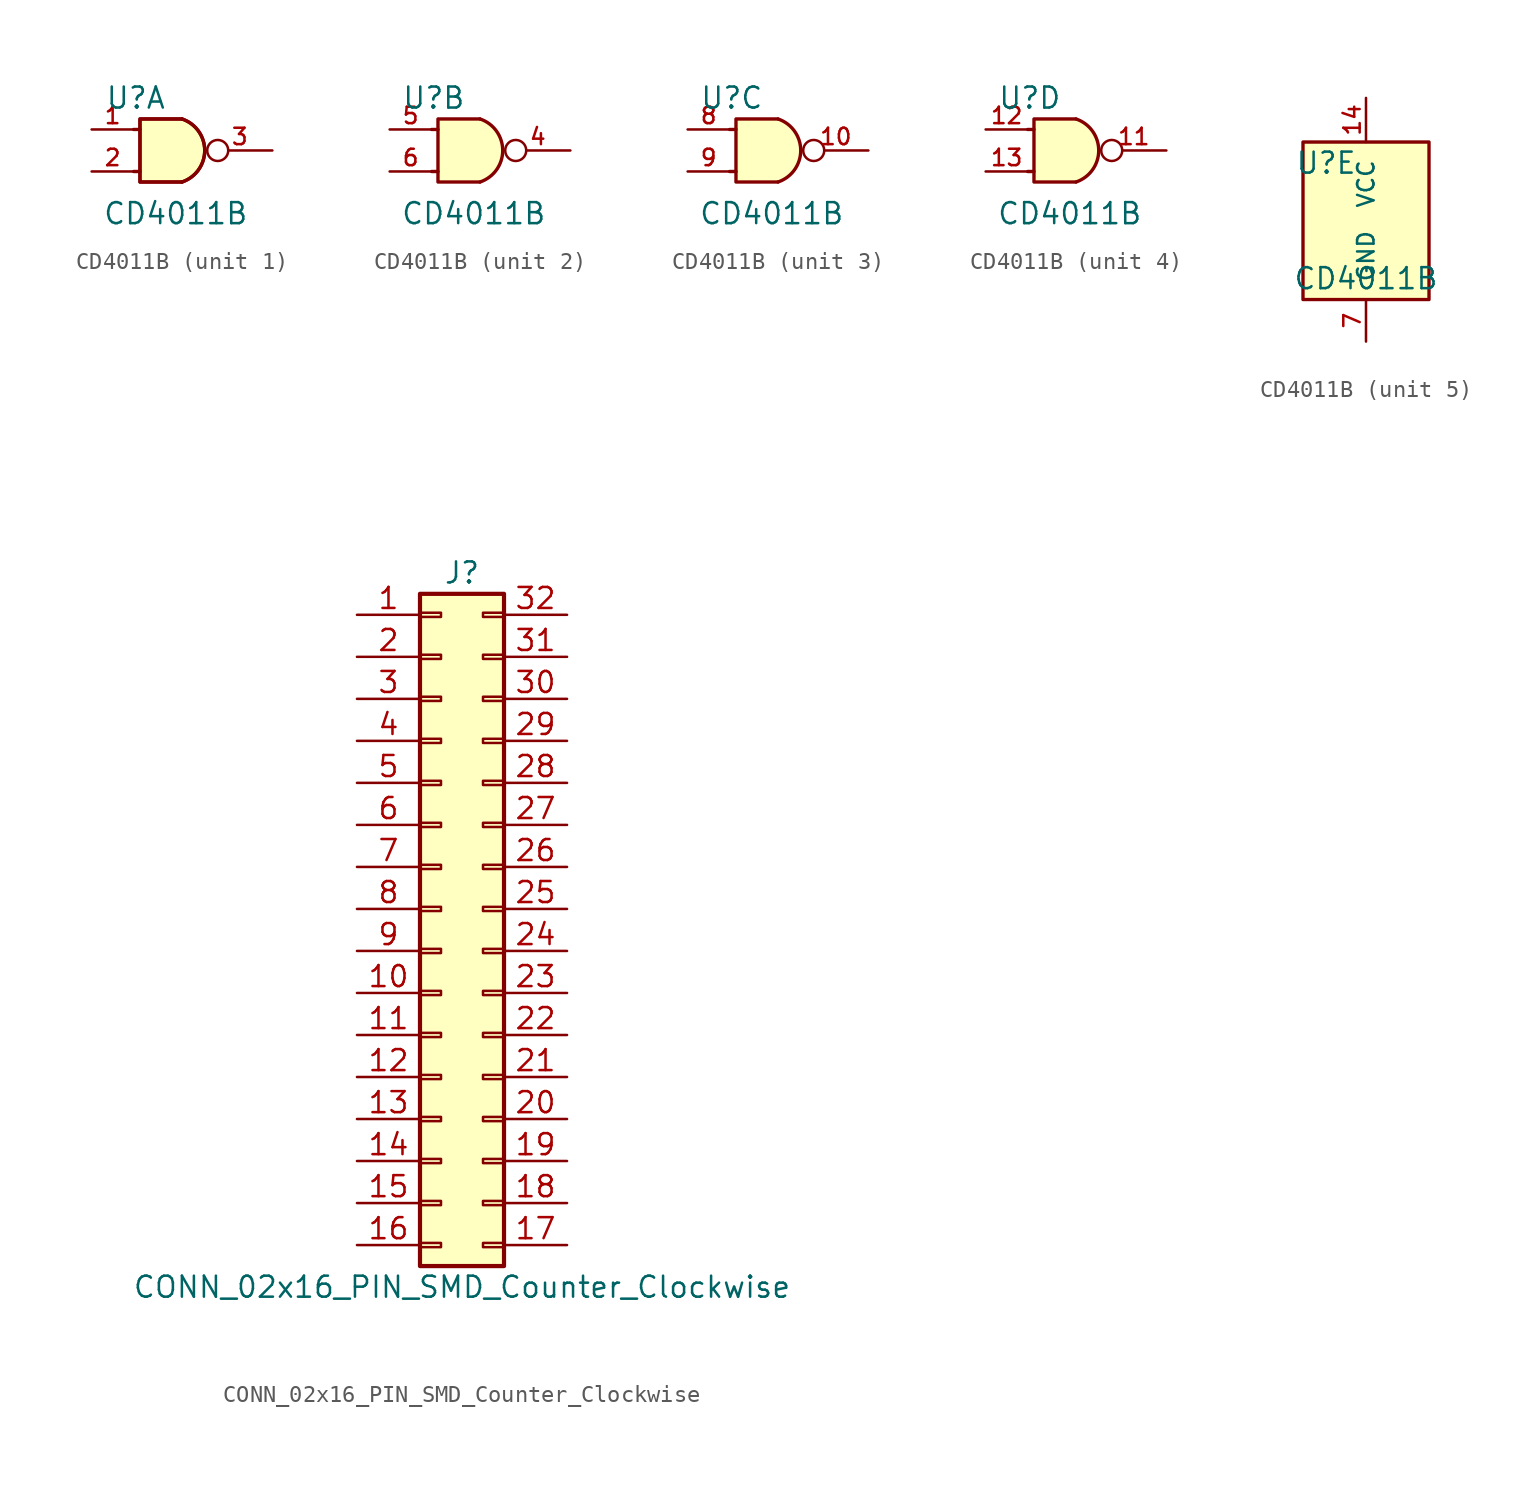
<source format=kicad_sym>
(kicad_symbol_lib
  (version 20241209)
  (generator "kicad_symbol_editor")
  (generator_version "9.0")
  (symbol "CD4011B"
    (pin_names
      (offset 1.016))
    (property "Reference" "U"
      (at -2.413 3.175 0)
      (effects (font (size 1.27 1.27))))
    (property "Value" "CD4011B"
      (at 0 -3.81 0)
      (effects (font (size 1.27 1.27))))
    (property "ki_locked" ""
      (at 0 0 0)
      (effects (font (size 1.27 1.27))))
    (symbol "CD4011B_1_1"
      (polyline (pts (xy -2.54 1.27) (xy -2.159 1.27)) (stroke (width 0.203) (type solid)) (fill (type none)))
      (polyline (pts (xy -2.54 -1.27) (xy -2.159 -1.27)) (stroke (width 0.203) (type solid)) (fill (type none)))
      (arc (start 0.381 1.905) (mid 1.754 0) (end 0.381 -1.905) (stroke (width 0.2032) (type solid)) (fill (type background)))
      (arc (start 0.381 1.905) (mid 1.754 0) (end 0.381 -1.905) (stroke (width 0.2032) (type solid)) (fill (type background)))
      (polyline (pts (xy 0.381 1.905) (xy -2.159 1.905) (xy -2.159 -1.905) (xy 0.381 -1.905)) (stroke (width 0.203) (type solid)) (fill (type background)))
      (polyline (pts (xy 0.381 1.905) (xy -2.159 1.905) (xy -2.159 -1.905) (xy 0.381 -1.905)) (stroke (width 0.203) (type solid)) (fill (type background)))
      (pin input line (at -5.08 1.27 0) (length 2.54) (name "4A" (effects (font (size 0 0)))) (number "1" (effects (font (size 0.991 0.991)))))
      (pin input line (at -5.08 -1.27 0) (length 2.54) (name "4B" (effects (font (size 0 0)))) (number "2" (effects (font (size 0.991 0.991)))))
      (pin output inverted (at 5.842 0 180) (length 3.937) (name "4Y" (effects (font (size 0 0)))) (number "3" (effects (font (size 0.991 0.991))))))
    (symbol "CD4011B_2_1"
      (polyline (pts (xy -2.54 1.27) (xy -2.159 1.27)) (stroke (width 0.203) (type solid)) (fill (type none)))
      (polyline (pts (xy -2.54 -1.27) (xy -2.159 -1.27)) (stroke (width 0.203) (type solid)) (fill (type none)))
      (arc (start 0.381 1.905) (mid 1.754 0) (end 0.381 -1.905) (stroke (width 0.2032) (type solid)) (fill (type background)))
      (polyline (pts (xy 0.381 1.905) (xy -2.159 1.905) (xy -2.159 -1.905) (xy 0.381 -1.905)) (stroke (width 0.203) (type solid)) (fill (type background)))
      (pin input line (at -5.08 1.27 0) (length 2.54) (name "4A" (effects (font (size 0 0)))) (number "5" (effects (font (size 0.991 0.991)))))
      (pin input line (at -5.08 -1.27 0) (length 2.54) (name "4B" (effects (font (size 0 0)))) (number "6" (effects (font (size 0.991 0.991)))))
      (pin output inverted (at 5.842 0 180) (length 3.937) (name "4Y" (effects (font (size 0 0)))) (number "4" (effects (font (size 0.991 0.991))))))
    (symbol "CD4011B_3_1"
      (polyline (pts (xy -2.54 1.27) (xy -2.159 1.27)) (stroke (width 0.203) (type solid)) (fill (type none)))
      (polyline (pts (xy -2.54 -1.27) (xy -2.159 -1.27)) (stroke (width 0.203) (type solid)) (fill (type none)))
      (arc (start 0.381 1.905) (mid 1.754 0) (end 0.381 -1.905) (stroke (width 0.2032) (type solid)) (fill (type background)))
      (polyline (pts (xy 0.381 1.905) (xy -2.159 1.905) (xy -2.159 -1.905) (xy 0.381 -1.905)) (stroke (width 0.203) (type solid)) (fill (type background)))
      (pin input line (at -5.08 1.27 0) (length 2.54) (name "4A" (effects (font (size 0 0)))) (number "8" (effects (font (size 0.991 0.991)))))
      (pin input line (at -5.08 -1.27 0) (length 2.54) (name "4B" (effects (font (size 0 0)))) (number "9" (effects (font (size 0.991 0.991)))))
      (pin output inverted (at 5.842 0 180) (length 3.937) (name "4Y" (effects (font (size 0 0)))) (number "10" (effects (font (size 0.991 0.991))))))
    (symbol "CD4011B_4_1"
      (polyline (pts (xy -2.54 -1.27) (xy -2.159 -1.27)) (stroke (width 0.203) (type solid)) (fill (type none)))
      (polyline (pts (xy -2.159 1.27) (xy -2.54 1.27)) (stroke (width 0.203) (type solid)) (fill (type none)))
      (arc (start 0.381 1.905) (mid 1.754 0) (end 0.381 -1.905) (stroke (width 0.2032) (type solid)) (fill (type background)))
      (polyline (pts (xy 0.381 1.905) (xy -2.159 1.905) (xy -2.159 -1.905) (xy 0.381 -1.905)) (stroke (width 0.203) (type solid)) (fill (type background)))
      (pin input line (at -5.08 1.27 0) (length 2.54) (name "4A" (effects (font (size 0 0)))) (number "12" (effects (font (size 0.991 0.991)))))
      (pin input line (at -5.08 -1.27 0) (length 2.54) (name "4B" (effects (font (size 0 0)))) (number "13" (effects (font (size 0.991 0.991)))))
      (pin output inverted (at 5.842 0 180) (length 3.937) (name "4Y" (effects (font (size 0 0)))) (number "11" (effects (font (size 0.991 0.991))))))
    (symbol "CD4011B_5_1"
      (rectangle (start -3.81 4.445) (end 3.81 -5.08) (stroke (width 0.203) (type solid)) (fill (type background)))
      (pin power_in line (at 0 7.112 270) (length 2.667) (name "VCC" (effects (font (size 0.991 0.991)))) (number "14" (effects (font (size 0.991 0.991)))))
      (pin power_in line (at 0 -7.62 90) (length 2.54) (name "GND" (effects (font (size 0.991 0.991)))) (number "7" (effects (font (size 0.991 0.991)))))))
  (symbol "CONN_02x16_PIN_SMD_Counter_Clockwise"
    (pin_names
      (offset 1.016)
      (hide yes))
    (property "Reference" "J"
      (at 1.27 20.32 0)
      (effects (font (size 1.27 1.27))))
    (property "Value" "CONN_02x16_PIN_SMD_Counter_Clockwise"
      (at 1.27 -22.86 0)
      (effects (font (size 1.27 1.27))))
    (symbol "CONN_02x16_PIN_SMD_Counter_Clockwise_1_1"
      (rectangle (start -1.27 19.05) (end 3.81 -21.59) (stroke (width 0.254) (type solid)) (fill (type background)))
      (rectangle (start -1.27 17.907) (end 0 17.653) (stroke (width 0.152) (type solid)) (fill (type none)))
      (rectangle (start -1.27 15.367) (end 0 15.113) (stroke (width 0.152) (type solid)) (fill (type none)))
      (rectangle (start -1.27 12.827) (end 0 12.573) (stroke (width 0.152) (type solid)) (fill (type none)))
      (rectangle (start -1.27 10.287) (end 0 10.033) (stroke (width 0.152) (type solid)) (fill (type none)))
      (rectangle (start -1.27 7.747) (end 0 7.493) (stroke (width 0.152) (type solid)) (fill (type none)))
      (rectangle (start -1.27 5.207) (end 0 4.953) (stroke (width 0.152) (type solid)) (fill (type none)))
      (rectangle (start -1.27 2.667) (end 0 2.413) (stroke (width 0.152) (type solid)) (fill (type none)))
      (rectangle (start -1.27 0.127) (end 0 -0.127) (stroke (width 0.152) (type solid)) (fill (type none)))
      (rectangle (start -1.27 -2.413) (end 0 -2.667) (stroke (width 0.152) (type solid)) (fill (type none)))
      (rectangle (start -1.27 -4.953) (end 0 -5.207) (stroke (width 0.152) (type solid)) (fill (type none)))
      (rectangle (start -1.27 -7.493) (end 0 -7.747) (stroke (width 0.152) (type solid)) (fill (type none)))
      (rectangle (start -1.27 -10.033) (end 0 -10.287) (stroke (width 0.152) (type solid)) (fill (type none)))
      (rectangle (start -1.27 -12.573) (end 0 -12.827) (stroke (width 0.152) (type solid)) (fill (type none)))
      (rectangle (start -1.27 -15.113) (end 0 -15.367) (stroke (width 0.152) (type solid)) (fill (type none)))
      (rectangle (start -1.27 -17.653) (end 0 -17.907) (stroke (width 0.152) (type solid)) (fill (type none)))
      (rectangle (start -1.27 -20.193) (end 0 -20.447) (stroke (width 0.152) (type solid)) (fill (type none)))
      (rectangle (start 3.81 17.907) (end 2.54 17.653) (stroke (width 0.152) (type solid)) (fill (type none)))
      (rectangle (start 3.81 15.367) (end 2.54 15.113) (stroke (width 0.152) (type solid)) (fill (type none)))
      (rectangle (start 3.81 12.827) (end 2.54 12.573) (stroke (width 0.152) (type solid)) (fill (type none)))
      (rectangle (start 3.81 10.287) (end 2.54 10.033) (stroke (width 0.152) (type solid)) (fill (type none)))
      (rectangle (start 3.81 7.747) (end 2.54 7.493) (stroke (width 0.152) (type solid)) (fill (type none)))
      (rectangle (start 3.81 5.207) (end 2.54 4.953) (stroke (width 0.152) (type solid)) (fill (type none)))
      (rectangle (start 3.81 2.667) (end 2.54 2.413) (stroke (width 0.152) (type solid)) (fill (type none)))
      (rectangle (start 3.81 0.127) (end 2.54 -0.127) (stroke (width 0.152) (type solid)) (fill (type none)))
      (rectangle (start 3.81 -2.413) (end 2.54 -2.667) (stroke (width 0.152) (type solid)) (fill (type none)))
      (rectangle (start 3.81 -4.953) (end 2.54 -5.207) (stroke (width 0.152) (type solid)) (fill (type none)))
      (rectangle (start 3.81 -7.493) (end 2.54 -7.747) (stroke (width 0.152) (type solid)) (fill (type none)))
      (rectangle (start 3.81 -10.033) (end 2.54 -10.287) (stroke (width 0.152) (type solid)) (fill (type none)))
      (rectangle (start 3.81 -12.573) (end 2.54 -12.827) (stroke (width 0.152) (type solid)) (fill (type none)))
      (rectangle (start 3.81 -15.113) (end 2.54 -15.367) (stroke (width 0.152) (type solid)) (fill (type none)))
      (rectangle (start 3.81 -17.653) (end 2.54 -17.907) (stroke (width 0.152) (type solid)) (fill (type none)))
      (rectangle (start 3.81 -20.193) (end 2.54 -20.447) (stroke (width 0.152) (type solid)) (fill (type none)))
      (pin passive line (at -5.08 17.78 0) (length 3.81) (name "Pin_1" (effects (font (size 1.27 1.27)))) (number "1" (effects (font (size 1.27 1.27)))))
      (pin passive line (at -5.08 15.24 0) (length 3.81) (name "Pin_2" (effects (font (size 1.27 1.27)))) (number "2" (effects (font (size 1.27 1.27)))))
      (pin passive line (at -5.08 12.7 0) (length 3.81) (name "Pin_3" (effects (font (size 1.27 1.27)))) (number "3" (effects (font (size 1.27 1.27)))))
      (pin passive line (at -5.08 10.16 0) (length 3.81) (name "Pin_4" (effects (font (size 1.27 1.27)))) (number "4" (effects (font (size 1.27 1.27)))))
      (pin passive line (at -5.08 7.62 0) (length 3.81) (name "Pin_5" (effects (font (size 1.27 1.27)))) (number "5" (effects (font (size 1.27 1.27)))))
      (pin passive line (at -5.08 5.08 0) (length 3.81) (name "Pin_6" (effects (font (size 1.27 1.27)))) (number "6" (effects (font (size 1.27 1.27)))))
      (pin passive line (at -5.08 2.54 0) (length 3.81) (name "Pin_7" (effects (font (size 1.27 1.27)))) (number "7" (effects (font (size 1.27 1.27)))))
      (pin passive line (at -5.08 0 0) (length 3.81) (name "Pin_8" (effects (font (size 1.27 1.27)))) (number "8" (effects (font (size 1.27 1.27)))))
      (pin passive line (at -5.08 -2.54 0) (length 3.81) (name "Pin_9" (effects (font (size 1.27 1.27)))) (number "9" (effects (font (size 1.27 1.27)))))
      (pin passive line (at -5.08 -5.08 0) (length 3.81) (name "Pin_10" (effects (font (size 1.27 1.27)))) (number "10" (effects (font (size 1.27 1.27)))))
      (pin passive line (at -5.08 -7.62 0) (length 3.81) (name "Pin_11" (effects (font (size 1.27 1.27)))) (number "11" (effects (font (size 1.27 1.27)))))
      (pin passive line (at -5.08 -10.16 0) (length 3.81) (name "Pin_12" (effects (font (size 1.27 1.27)))) (number "12" (effects (font (size 1.27 1.27)))))
      (pin passive line (at -5.08 -12.7 0) (length 3.81) (name "Pin_13" (effects (font (size 1.27 1.27)))) (number "13" (effects (font (size 1.27 1.27)))))
      (pin passive line (at -5.08 -15.24 0) (length 3.81) (name "Pin_14" (effects (font (size 1.27 1.27)))) (number "14" (effects (font (size 1.27 1.27)))))
      (pin passive line (at -5.08 -17.78 0) (length 3.81) (name "Pin_15" (effects (font (size 1.27 1.27)))) (number "15" (effects (font (size 1.27 1.27)))))
      (pin passive line (at -5.08 -20.32 0) (length 3.81) (name "Pin_16" (effects (font (size 1.27 1.27)))) (number "16" (effects (font (size 1.27 1.27)))))
      (pin passive line (at 7.62 17.78 180) (length 3.81) (name "Pin_32" (effects (font (size 1.27 1.27)))) (number "32" (effects (font (size 1.27 1.27)))))
      (pin passive line (at 7.62 15.24 180) (length 3.81) (name "Pin_31" (effects (font (size 1.27 1.27)))) (number "31" (effects (font (size 1.27 1.27)))))
      (pin passive line (at 7.62 12.7 180) (length 3.81) (name "Pin_30" (effects (font (size 1.27 1.27)))) (number "30" (effects (font (size 1.27 1.27)))))
      (pin passive line (at 7.62 10.16 180) (length 3.81) (name "Pin_29" (effects (font (size 1.27 1.27)))) (number "29" (effects (font (size 1.27 1.27)))))
      (pin passive line (at 7.62 7.62 180) (length 3.81) (name "Pin_28" (effects (font (size 1.27 1.27)))) (number "28" (effects (font (size 1.27 1.27)))))
      (pin passive line (at 7.62 5.08 180) (length 3.81) (name "Pin_27" (effects (font (size 1.27 1.27)))) (number "27" (effects (font (size 1.27 1.27)))))
      (pin passive line (at 7.62 2.54 180) (length 3.81) (name "Pin_26" (effects (font (size 1.27 1.27)))) (number "26" (effects (font (size 1.27 1.27)))))
      (pin passive line (at 7.62 0 180) (length 3.81) (name "Pin_25" (effects (font (size 1.27 1.27)))) (number "25" (effects (font (size 1.27 1.27)))))
      (pin passive line (at 7.62 -2.54 180) (length 3.81) (name "Pin_24" (effects (font (size 1.27 1.27)))) (number "24" (effects (font (size 1.27 1.27)))))
      (pin passive line (at 7.62 -5.08 180) (length 3.81) (name "Pin_23" (effects (font (size 1.27 1.27)))) (number "23" (effects (font (size 1.27 1.27)))))
      (pin passive line (at 7.62 -7.62 180) (length 3.81) (name "Pin_22" (effects (font (size 1.27 1.27)))) (number "22" (effects (font (size 1.27 1.27)))))
      (pin passive line (at 7.62 -10.16 180) (length 3.81) (name "Pin_21" (effects (font (size 1.27 1.27)))) (number "21" (effects (font (size 1.27 1.27)))))
      (pin passive line (at 7.62 -12.7 180) (length 3.81) (name "Pin_20" (effects (font (size 1.27 1.27)))) (number "20" (effects (font (size 1.27 1.27)))))
      (pin passive line (at 7.62 -15.24 180) (length 3.81) (name "Pin_19" (effects (font (size 1.27 1.27)))) (number "19" (effects (font (size 1.27 1.27)))))
      (pin passive line (at 7.62 -17.78 180) (length 3.81) (name "Pin_18" (effects (font (size 1.27 1.27)))) (number "18" (effects (font (size 1.27 1.27)))))
      (pin passive line (at 7.62 -20.32 180) (length 3.81) (name "Pin_17" (effects (font (size 1.27 1.27)))) (number "17" (effects (font (size 1.27 1.27))))))))
</source>
